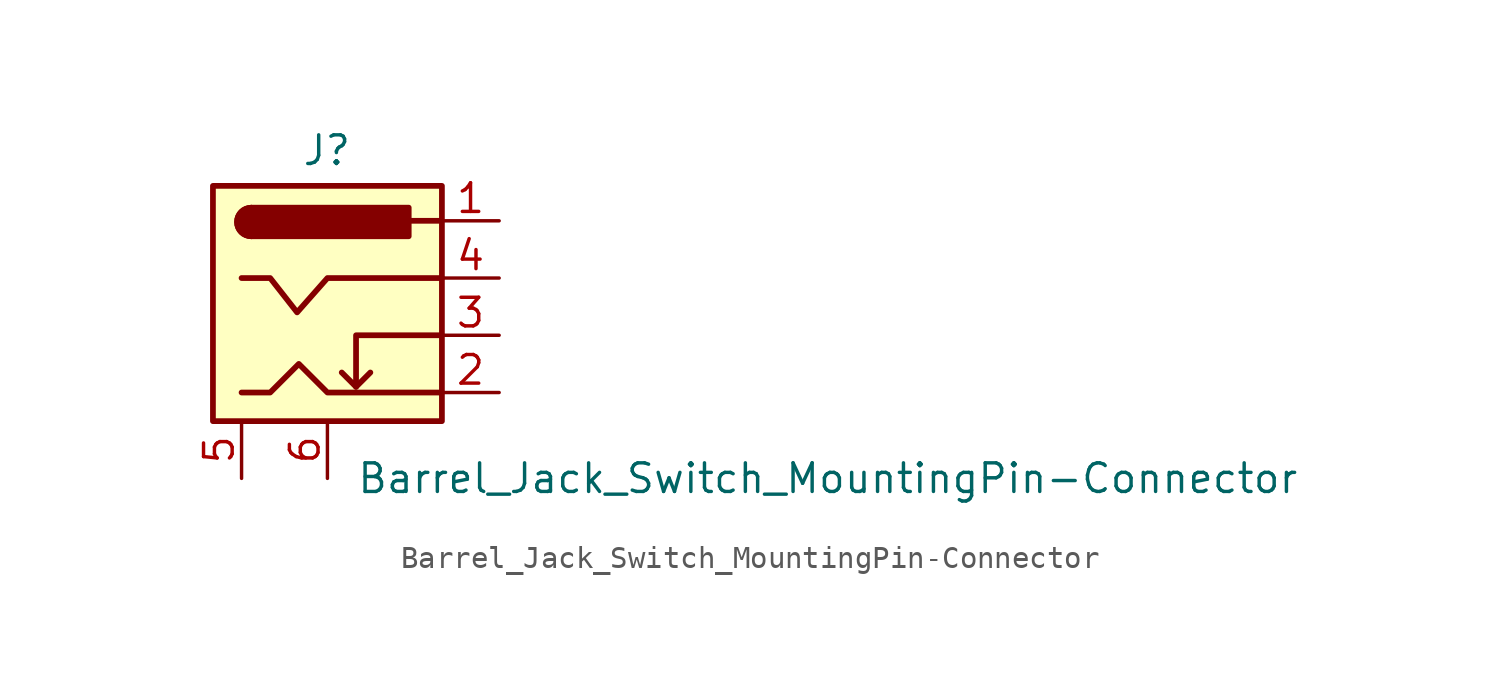
<source format=kicad_sym>
(kicad_symbol_lib
  (version 20231120)
  (generator "kicad_symbol_editor")
  (generator_version "8.0")
  (symbol "Barrel_Jack_Switch_MountingPin-Connector"
    (pin_names hide)
    (property "Reference" "J"
      (at -0.025 8.204 0)
      (effects (font (size 1.27 1.27))))
    (property "Value" "Barrel_Jack_Switch_MountingPin-Connector"
      (at 1.27 -6.35 0)
      (effects (font (size 1.27 1.27)) (justify left)))
    (symbol "Barrel_Jack_Switch_MountingPin-Connector_0_1"
      (rectangle (start -5.08 6.629) (end 5.08 -3.81) (stroke (width 0.254) (type solid)) (fill (type background)))
      (arc (start -3.3782 5.6642) (mid -4.0132 5.0292) (end -3.3782 4.3942) (stroke (width 0.254) (type solid)) (fill (type none)))
      (arc (start -3.3782 5.6642) (mid -4.0132 5.0292) (end -3.3782 4.3942) (stroke (width 0.254) (type solid)) (fill (type outline)))
      (polyline (pts (xy 1.27 -2.286) (xy 1.905 -1.651)) (stroke (width 0.254) (type solid)) (fill (type none)))
      (polyline (pts (xy 4.953 5.08) (xy 3.683 5.08)) (stroke (width 0.254) (type solid)) (fill (type none)))
      (polyline (pts (xy 5.08 0) (xy 1.27 0) (xy 1.27 -2.286) (xy 0.635 -1.651)) (stroke (width 0.254) (type solid)) (fill (type none)))
      (polyline (pts (xy -3.81 -2.54) (xy -2.54 -2.54) (xy -1.27 -1.27) (xy 0 -2.54) (xy 2.54 -2.54) (xy 5.08 -2.54)) (stroke (width 0.254) (type solid)) (fill (type none)))
      (rectangle (start 3.607 5.664) (end -3.378 4.394) (stroke (width 0.254) (type solid)) (fill (type outline))))
    (symbol "Barrel_Jack_Switch_MountingPin-Connector_1_1"
      (polyline (pts (xy -3.81 2.54) (xy -2.54 2.54) (xy -1.346 1.016) (xy 0 2.54) (xy 2.54 2.54) (xy 5.08 2.54)) (stroke (width 0.254) (type solid)) (fill (type none)))
      (pin passive line (at 7.62 5.08 180) (length 2.54) (name "~" (effects (font (size 1.27 1.27)))) (number "1" (effects (font (size 1.27 1.27)))))
      (pin passive line (at 7.62 -2.54 180) (length 2.54) (name "~" (effects (font (size 1.27 1.27)))) (number "2" (effects (font (size 1.27 1.27)))))
      (pin passive line (at 7.62 0 180) (length 2.54) (name "~" (effects (font (size 1.27 1.27)))) (number "3" (effects (font (size 1.27 1.27)))))
      (pin passive line (at 7.62 2.54 180) (length 2.54) (name "~" (effects (font (size 1.27 1.27)))) (number "4" (effects (font (size 1.27 1.27)))))
      (pin passive line (at -3.81 -6.35 90) (length 2.54) (name "ShieldA" (effects (font (size 1.27 1.27)))) (number "5" (effects (font (size 1.27 1.27)))))
      (pin passive line (at 0 -6.35 90) (length 2.54) (name "ShieldB" (effects (font (size 1.27 1.27)))) (number "6" (effects (font (size 1.27 1.27))))))))
</source>
